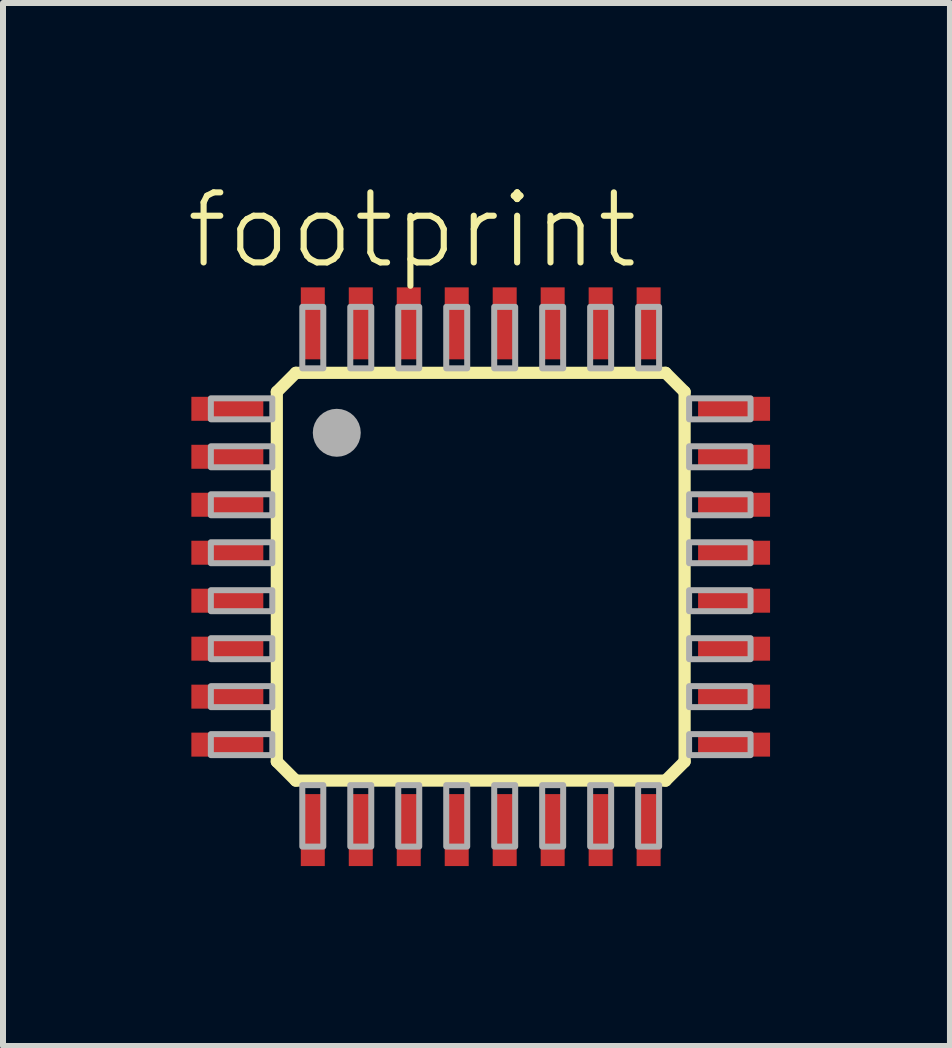
<source format=kicad_pcb>
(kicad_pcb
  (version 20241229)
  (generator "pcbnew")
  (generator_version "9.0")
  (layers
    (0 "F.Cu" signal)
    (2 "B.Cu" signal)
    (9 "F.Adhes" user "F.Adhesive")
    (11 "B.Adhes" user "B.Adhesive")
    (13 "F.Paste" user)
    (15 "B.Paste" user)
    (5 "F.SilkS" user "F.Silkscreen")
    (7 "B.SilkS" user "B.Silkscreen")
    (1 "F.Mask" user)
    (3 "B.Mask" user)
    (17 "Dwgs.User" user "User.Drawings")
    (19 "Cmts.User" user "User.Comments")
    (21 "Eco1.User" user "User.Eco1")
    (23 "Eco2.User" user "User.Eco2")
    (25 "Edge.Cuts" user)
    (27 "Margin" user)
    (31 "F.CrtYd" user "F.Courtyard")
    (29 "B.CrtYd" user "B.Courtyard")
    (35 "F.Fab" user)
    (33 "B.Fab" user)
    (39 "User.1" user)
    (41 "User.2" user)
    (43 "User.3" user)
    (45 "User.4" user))
  (footprint "footprint"
    (layer "F.Cu")
    (at 4.966 6.567)
    (property "Reference" "footprint" (at -4.966 -5.093 0) (layer "F.SilkS") (effects (font (size 1.168 1.168) (thickness 0.102)) (justify left bottom)))
    (fp_line (start -3.4 -3.083) (end -3.083 -3.4) (stroke (width 0.203) (type solid)) (layer "F.SilkS"))
    (fp_line (start -3.4 3.083) (end -3.4 -3.083) (stroke (width 0.203) (type solid)) (layer "F.SilkS"))
    (fp_line (start -3.083 -3.4) (end 3.083 -3.4) (stroke (width 0.203) (type solid)) (layer "F.SilkS"))
    (fp_line (start -3.083 3.4) (end -3.4 3.083) (stroke (width 0.203) (type solid)) (layer "F.SilkS"))
    (fp_line (start 3.083 -3.4) (end 3.4 -3.083) (stroke (width 0.203) (type solid)) (layer "F.SilkS"))
    (fp_line (start 3.083 3.4) (end -3.083 3.4) (stroke (width 0.203) (type solid)) (layer "F.SilkS"))
    (fp_line (start 3.4 -3.083) (end 3.4 3.083) (stroke (width 0.203) (type solid)) (layer "F.SilkS"))
    (fp_line (start 3.4 3.083) (end 3.083 3.4) (stroke (width 0.203) (type solid)) (layer "F.SilkS"))
    (fp_circle (center -2.4 -2.4) (end -2.2 -2.4) (stroke (width 0.4) (type solid)) (fill no) (layer "F.Fab"))
    (fp_poly (pts (xy -4.5 -2.625) (xy -3.475 -2.625) (xy -3.475 -2.975) (xy -4.5 -2.975)) (stroke (width 0.1) (type solid)) (fill no) (layer "F.Fab"))
    (fp_poly (pts (xy -4.5 -1.825) (xy -3.475 -1.825) (xy -3.475 -2.175) (xy -4.5 -2.175)) (stroke (width 0.1) (type solid)) (fill no) (layer "F.Fab"))
    (fp_poly (pts (xy -4.5 -1.025) (xy -3.475 -1.025) (xy -3.475 -1.375) (xy -4.5 -1.375)) (stroke (width 0.1) (type solid)) (fill no) (layer "F.Fab"))
    (fp_poly (pts (xy -4.5 -0.225) (xy -3.475 -0.225) (xy -3.475 -0.575) (xy -4.5 -0.575)) (stroke (width 0.1) (type solid)) (fill no) (layer "F.Fab"))
    (fp_poly (pts (xy -4.5 0.575) (xy -3.475 0.575) (xy -3.475 0.225) (xy -4.5 0.225)) (stroke (width 0.1) (type solid)) (fill no) (layer "F.Fab"))
    (fp_poly (pts (xy -4.5 1.375) (xy -3.475 1.375) (xy -3.475 1.025) (xy -4.5 1.025)) (stroke (width 0.1) (type solid)) (fill no) (layer "F.Fab"))
    (fp_poly (pts (xy -4.5 2.175) (xy -3.475 2.175) (xy -3.475 1.825) (xy -4.5 1.825)) (stroke (width 0.1) (type solid)) (fill no) (layer "F.Fab"))
    (fp_poly (pts (xy -4.5 2.975) (xy -3.475 2.975) (xy -3.475 2.625) (xy -4.5 2.625)) (stroke (width 0.1) (type solid)) (fill no) (layer "F.Fab"))
    (fp_poly (pts (xy -2.975 -4.5) (xy -2.975 -3.475) (xy -2.625 -3.475) (xy -2.625 -4.5)) (stroke (width 0.1) (type solid)) (fill no) (layer "F.Fab"))
    (fp_poly (pts (xy -2.625 4.5) (xy -2.625 3.475) (xy -2.975 3.475) (xy -2.975 4.5)) (stroke (width 0.1) (type solid)) (fill no) (layer "F.Fab"))
    (fp_poly (pts (xy -2.175 -4.5) (xy -2.175 -3.475) (xy -1.825 -3.475) (xy -1.825 -4.5)) (stroke (width 0.1) (type solid)) (fill no) (layer "F.Fab"))
    (fp_poly (pts (xy -1.825 4.5) (xy -1.825 3.475) (xy -2.175 3.475) (xy -2.175 4.5)) (stroke (width 0.1) (type solid)) (fill no) (layer "F.Fab"))
    (fp_poly (pts (xy -1.375 -4.5) (xy -1.375 -3.475) (xy -1.025 -3.475) (xy -1.025 -4.5)) (stroke (width 0.1) (type solid)) (fill no) (layer "F.Fab"))
    (fp_poly (pts (xy -1.025 4.5) (xy -1.025 3.475) (xy -1.375 3.475) (xy -1.375 4.5)) (stroke (width 0.1) (type solid)) (fill no) (layer "F.Fab"))
    (fp_poly (pts (xy -0.575 -4.5) (xy -0.575 -3.475) (xy -0.225 -3.475) (xy -0.225 -4.5)) (stroke (width 0.1) (type solid)) (fill no) (layer "F.Fab"))
    (fp_poly (pts (xy -0.225 4.5) (xy -0.225 3.475) (xy -0.575 3.475) (xy -0.575 4.5)) (stroke (width 0.1) (type solid)) (fill no) (layer "F.Fab"))
    (fp_poly (pts (xy 0.225 -4.5) (xy 0.225 -3.475) (xy 0.575 -3.475) (xy 0.575 -4.5)) (stroke (width 0.1) (type solid)) (fill no) (layer "F.Fab"))
    (fp_poly (pts (xy 0.575 4.5) (xy 0.575 3.475) (xy 0.225 3.475) (xy 0.225 4.5)) (stroke (width 0.1) (type solid)) (fill no) (layer "F.Fab"))
    (fp_poly (pts (xy 1.025 -4.5) (xy 1.025 -3.475) (xy 1.375 -3.475) (xy 1.375 -4.5)) (stroke (width 0.1) (type solid)) (fill no) (layer "F.Fab"))
    (fp_poly (pts (xy 1.375 4.5) (xy 1.375 3.475) (xy 1.025 3.475) (xy 1.025 4.5)) (stroke (width 0.1) (type solid)) (fill no) (layer "F.Fab"))
    (fp_poly (pts (xy 1.825 -4.5) (xy 1.825 -3.475) (xy 2.175 -3.475) (xy 2.175 -4.5)) (stroke (width 0.1) (type solid)) (fill no) (layer "F.Fab"))
    (fp_poly (pts (xy 2.175 4.5) (xy 2.175 3.475) (xy 1.825 3.475) (xy 1.825 4.5)) (stroke (width 0.1) (type solid)) (fill no) (layer "F.Fab"))
    (fp_poly (pts (xy 2.625 -4.5) (xy 2.625 -3.475) (xy 2.975 -3.475) (xy 2.975 -4.5)) (stroke (width 0.1) (type solid)) (fill no) (layer "F.Fab"))
    (fp_poly (pts (xy 2.975 4.5) (xy 2.975 3.475) (xy 2.625 3.475) (xy 2.625 4.5)) (stroke (width 0.1) (type solid)) (fill no) (layer "F.Fab"))
    (fp_poly (pts (xy 4.5 -2.975) (xy 3.475 -2.975) (xy 3.475 -2.625) (xy 4.5 -2.625)) (stroke (width 0.1) (type solid)) (fill no) (layer "F.Fab"))
    (fp_poly (pts (xy 4.5 -2.175) (xy 3.475 -2.175) (xy 3.475 -1.825) (xy 4.5 -1.825)) (stroke (width 0.1) (type solid)) (fill no) (layer "F.Fab"))
    (fp_poly (pts (xy 4.5 -1.375) (xy 3.475 -1.375) (xy 3.475 -1.025) (xy 4.5 -1.025)) (stroke (width 0.1) (type solid)) (fill no) (layer "F.Fab"))
    (fp_poly (pts (xy 4.5 -0.575) (xy 3.475 -0.575) (xy 3.475 -0.225) (xy 4.5 -0.225)) (stroke (width 0.1) (type solid)) (fill no) (layer "F.Fab"))
    (fp_poly (pts (xy 4.5 0.225) (xy 3.475 0.225) (xy 3.475 0.575) (xy 4.5 0.575)) (stroke (width 0.1) (type solid)) (fill no) (layer "F.Fab"))
    (fp_poly (pts (xy 4.5 1.025) (xy 3.475 1.025) (xy 3.475 1.375) (xy 4.5 1.375)) (stroke (width 0.1) (type solid)) (fill no) (layer "F.Fab"))
    (fp_poly (pts (xy 4.5 1.825) (xy 3.475 1.825) (xy 3.475 2.175) (xy 4.5 2.175)) (stroke (width 0.1) (type solid)) (fill no) (layer "F.Fab"))
    (fp_poly (pts (xy 4.5 2.625) (xy 3.475 2.625) (xy 3.475 2.975) (xy 4.5 2.975)) (stroke (width 0.1) (type solid)) (fill no) (layer "F.Fab"))
    (pad "1" smd rect (at -4.225 -2.8) (size 1.2 0.4) (layers "F.Cu" "F.Mask" "F.Paste"))
    (pad "2" smd rect (at -4.225 -2) (size 1.2 0.4) (layers "F.Cu" "F.Mask" "F.Paste"))
    (pad "3" smd rect (at -4.225 -1.2) (size 1.2 0.4) (layers "F.Cu" "F.Mask" "F.Paste"))
    (pad "4" smd rect (at -4.225 -0.4) (size 1.2 0.4) (layers "F.Cu" "F.Mask" "F.Paste"))
    (pad "5" smd rect (at -4.225 0.4) (size 1.2 0.4) (layers "F.Cu" "F.Mask" "F.Paste"))
    (pad "6" smd rect (at -4.225 1.2) (size 1.2 0.4) (layers "F.Cu" "F.Mask" "F.Paste"))
    (pad "7" smd rect (at -4.225 2) (size 1.2 0.4) (layers "F.Cu" "F.Mask" "F.Paste"))
    (pad "8" smd rect (at -4.225 2.8) (size 1.2 0.4) (layers "F.Cu" "F.Mask" "F.Paste"))
    (pad "9" smd rect (at -2.8 4.225 90) (size 1.2 0.4) (layers "F.Cu" "F.Mask" "F.Paste"))
    (pad "10" smd rect (at -2 4.225 90) (size 1.2 0.4) (layers "F.Cu" "F.Mask" "F.Paste"))
    (pad "11" smd rect (at -1.2 4.225 90) (size 1.2 0.4) (layers "F.Cu" "F.Mask" "F.Paste"))
    (pad "12" smd rect (at -0.4 4.225 90) (size 1.2 0.4) (layers "F.Cu" "F.Mask" "F.Paste"))
    (pad "13" smd rect (at 0.4 4.225 90) (size 1.2 0.4) (layers "F.Cu" "F.Mask" "F.Paste"))
    (pad "14" smd rect (at 1.2 4.225 90) (size 1.2 0.4) (layers "F.Cu" "F.Mask" "F.Paste"))
    (pad "15" smd rect (at 2 4.225 90) (size 1.2 0.4) (layers "F.Cu" "F.Mask" "F.Paste"))
    (pad "16" smd rect (at 2.8 4.225 90) (size 1.2 0.4) (layers "F.Cu" "F.Mask" "F.Paste"))
    (pad "17" smd rect (at 4.225 2.8 180) (size 1.2 0.4) (layers "F.Cu" "F.Mask" "F.Paste"))
    (pad "18" smd rect (at 4.225 2 180) (size 1.2 0.4) (layers "F.Cu" "F.Mask" "F.Paste"))
    (pad "19" smd rect (at 4.225 1.2 180) (size 1.2 0.4) (layers "F.Cu" "F.Mask" "F.Paste"))
    (pad "20" smd rect (at 4.225 0.4 180) (size 1.2 0.4) (layers "F.Cu" "F.Mask" "F.Paste"))
    (pad "21" smd rect (at 4.225 -0.4 180) (size 1.2 0.4) (layers "F.Cu" "F.Mask" "F.Paste"))
    (pad "22" smd rect (at 4.225 -1.2 180) (size 1.2 0.4) (layers "F.Cu" "F.Mask" "F.Paste"))
    (pad "23" smd rect (at 4.225 -2 180) (size 1.2 0.4) (layers "F.Cu" "F.Mask" "F.Paste"))
    (pad "24" smd rect (at 4.225 -2.8 180) (size 1.2 0.4) (layers "F.Cu" "F.Mask" "F.Paste"))
    (pad "25" smd rect (at 2.8 -4.225 270) (size 1.2 0.4) (layers "F.Cu" "F.Mask" "F.Paste"))
    (pad "26" smd rect (at 2 -4.225 270) (size 1.2 0.4) (layers "F.Cu" "F.Mask" "F.Paste"))
    (pad "27" smd rect (at 1.2 -4.225 270) (size 1.2 0.4) (layers "F.Cu" "F.Mask" "F.Paste"))
    (pad "28" smd rect (at 0.4 -4.225 270) (size 1.2 0.4) (layers "F.Cu" "F.Mask" "F.Paste"))
    (pad "29" smd rect (at -0.4 -4.225 270) (size 1.2 0.4) (layers "F.Cu" "F.Mask" "F.Paste"))
    (pad "30" smd rect (at -1.2 -4.225 270) (size 1.2 0.4) (layers "F.Cu" "F.Mask" "F.Paste"))
    (pad "31" smd rect (at -2 -4.225 270) (size 1.2 0.4) (layers "F.Cu" "F.Mask" "F.Paste"))
    (pad "32" smd rect (at -2.8 -4.225 270) (size 1.2 0.4) (layers "F.Cu" "F.Mask" "F.Paste")))
  (gr_rect
    (start -3 -3)
    (end 12.791 14.392)
    (stroke (width 0.1) (type default))
    (fill no)
    (layer "Edge.Cuts")))
</source>
